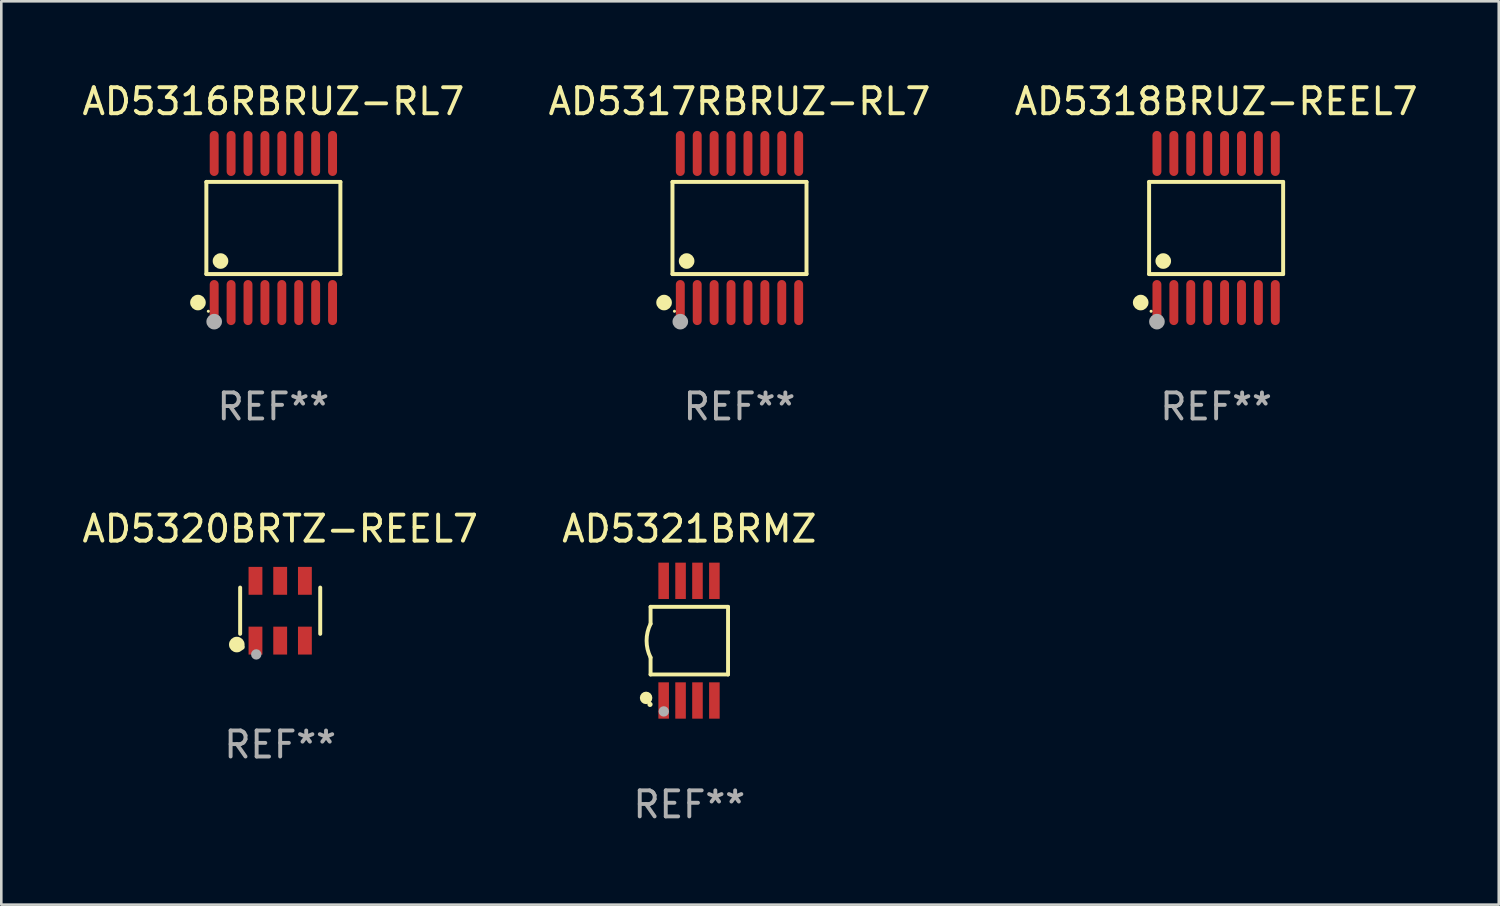
<source format=kicad_pcb>
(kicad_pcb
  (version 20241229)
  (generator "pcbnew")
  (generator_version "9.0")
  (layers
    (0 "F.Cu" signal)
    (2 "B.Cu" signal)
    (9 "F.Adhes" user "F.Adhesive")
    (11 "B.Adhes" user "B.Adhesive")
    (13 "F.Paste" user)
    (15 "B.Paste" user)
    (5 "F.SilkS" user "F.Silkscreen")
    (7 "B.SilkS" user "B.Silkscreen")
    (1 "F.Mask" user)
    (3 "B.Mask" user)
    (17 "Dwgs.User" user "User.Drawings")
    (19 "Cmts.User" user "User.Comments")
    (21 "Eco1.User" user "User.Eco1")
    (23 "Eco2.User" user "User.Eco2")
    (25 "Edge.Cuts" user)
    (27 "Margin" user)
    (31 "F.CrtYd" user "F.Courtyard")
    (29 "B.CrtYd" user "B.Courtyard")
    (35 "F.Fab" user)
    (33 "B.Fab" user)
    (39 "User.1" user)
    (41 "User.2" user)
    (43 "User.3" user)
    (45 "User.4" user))
  (footprint "AD5318BRUZ-REEL7"
    (layer "F.Cu")
    (at 43.696 5.714)
    (property "Reference" "AD5318BRUZ-REEL7" (at 0 -4.866 0) (layer "F.SilkS") (effects (font (size 1 1) (thickness 0.15))))
    (attr through_hole)
    (fp_line (start -2.576 -1.772) (end 2.576 -1.772) (stroke (width 0.152) (type solid)) (layer "F.SilkS"))
    (fp_line (start -2.576 1.771) (end -2.576 -1.772) (stroke (width 0.152) (type solid)) (layer "F.SilkS"))
    (fp_line (start 2.576 -1.772) (end 2.576 1.771) (stroke (width 0.152) (type solid)) (layer "F.SilkS"))
    (fp_line (start 2.576 1.771) (end -2.576 1.771) (stroke (width 0.152) (type solid)) (layer "F.SilkS"))
    (fp_circle (center -2.899 2.866) (end -2.749 2.866) (stroke (width 0.3) (type solid)) (fill no) (layer "F.SilkS"))
    (fp_circle (center -2.5 3.2) (end -2.47 3.2) (stroke (width 0.06) (type solid)) (fill no) (layer "F.SilkS"))
    (fp_circle (center -2.032 1.27) (end -1.882 1.27) (stroke (width 0.3) (type solid)) (fill no) (layer "F.SilkS"))
    (fp_circle (center -2.275 3.6) (end -2.125 3.6) (stroke (width 0.3) (type solid)) (fill no) (layer "F.Fab"))
    (fp_text user "REF**" (at 0 6.866 0) (layer "F.Fab") (effects (font (size 1 1) (thickness 0.15))))
    (pad "1" smd oval (at -2.275 2.866) (size 0.343 1.731) (layers "F.Cu" "F.Mask" "F.Paste"))
    (pad "2" smd oval (at -1.625 2.866) (size 0.343 1.731) (layers "F.Cu" "F.Mask" "F.Paste"))
    (pad "3" smd oval (at -0.975 2.866) (size 0.343 1.731) (layers "F.Cu" "F.Mask" "F.Paste"))
    (pad "4" smd oval (at -0.325 2.866) (size 0.343 1.731) (layers "F.Cu" "F.Mask" "F.Paste"))
    (pad "5" smd oval (at 0.325 2.866) (size 0.343 1.731) (layers "F.Cu" "F.Mask" "F.Paste"))
    (pad "6" smd oval (at 0.975 2.866) (size 0.343 1.731) (layers "F.Cu" "F.Mask" "F.Paste"))
    (pad "7" smd oval (at 1.625 2.866) (size 0.343 1.731) (layers "F.Cu" "F.Mask" "F.Paste"))
    (pad "8" smd oval (at 2.275 2.866) (size 0.343 1.731) (layers "F.Cu" "F.Mask" "F.Paste"))
    (pad "9" smd oval (at 2.275 -2.866) (size 0.343 1.731) (layers "F.Cu" "F.Mask" "F.Paste"))
    (pad "10" smd oval (at 1.625 -2.866) (size 0.343 1.731) (layers "F.Cu" "F.Mask" "F.Paste"))
    (pad "11" smd oval (at 0.975 -2.866) (size 0.343 1.731) (layers "F.Cu" "F.Mask" "F.Paste"))
    (pad "12" smd oval (at 0.325 -2.866) (size 0.343 1.731) (layers "F.Cu" "F.Mask" "F.Paste"))
    (pad "13" smd oval (at -0.325 -2.866) (size 0.343 1.731) (layers "F.Cu" "F.Mask" "F.Paste"))
    (pad "14" smd oval (at -0.975 -2.866) (size 0.343 1.731) (layers "F.Cu" "F.Mask" "F.Paste"))
    (pad "15" smd oval (at -1.625 -2.866) (size 0.343 1.731) (layers "F.Cu" "F.Mask" "F.Paste"))
    (pad "16" smd oval (at -2.275 -2.866) (size 0.343 1.731) (layers "F.Cu" "F.Mask" "F.Paste")))
  (footprint "AD5317RBRUZ-RL7"
    (layer "F.Cu")
    (at 25.375 5.714)
    (property "Reference" "AD5317RBRUZ-RL7" (at 0 -4.866 0) (layer "F.SilkS") (effects (font (size 1 1) (thickness 0.15))))
    (attr through_hole)
    (fp_line (start -2.576 -1.772) (end 2.576 -1.772) (stroke (width 0.152) (type solid)) (layer "F.SilkS"))
    (fp_line (start -2.576 1.771) (end -2.576 -1.772) (stroke (width 0.152) (type solid)) (layer "F.SilkS"))
    (fp_line (start 2.576 -1.772) (end 2.576 1.771) (stroke (width 0.152) (type solid)) (layer "F.SilkS"))
    (fp_line (start 2.576 1.771) (end -2.576 1.771) (stroke (width 0.152) (type solid)) (layer "F.SilkS"))
    (fp_circle (center -2.899 2.866) (end -2.749 2.866) (stroke (width 0.3) (type solid)) (fill no) (layer "F.SilkS"))
    (fp_circle (center -2.5 3.2) (end -2.47 3.2) (stroke (width 0.06) (type solid)) (fill no) (layer "F.SilkS"))
    (fp_circle (center -2.032 1.27) (end -1.882 1.27) (stroke (width 0.3) (type solid)) (fill no) (layer "F.SilkS"))
    (fp_circle (center -2.275 3.6) (end -2.125 3.6) (stroke (width 0.3) (type solid)) (fill no) (layer "F.Fab"))
    (fp_text user "REF**" (at 0 6.866 0) (layer "F.Fab") (effects (font (size 1 1) (thickness 0.15))))
    (pad "1" smd oval (at -2.275 2.866) (size 0.343 1.731) (layers "F.Cu" "F.Mask" "F.Paste"))
    (pad "2" smd oval (at -1.625 2.866) (size 0.343 1.731) (layers "F.Cu" "F.Mask" "F.Paste"))
    (pad "3" smd oval (at -0.975 2.866) (size 0.343 1.731) (layers "F.Cu" "F.Mask" "F.Paste"))
    (pad "4" smd oval (at -0.325 2.866) (size 0.343 1.731) (layers "F.Cu" "F.Mask" "F.Paste"))
    (pad "5" smd oval (at 0.325 2.866) (size 0.343 1.731) (layers "F.Cu" "F.Mask" "F.Paste"))
    (pad "6" smd oval (at 0.975 2.866) (size 0.343 1.731) (layers "F.Cu" "F.Mask" "F.Paste"))
    (pad "7" smd oval (at 1.625 2.866) (size 0.343 1.731) (layers "F.Cu" "F.Mask" "F.Paste"))
    (pad "8" smd oval (at 2.275 2.866) (size 0.343 1.731) (layers "F.Cu" "F.Mask" "F.Paste"))
    (pad "9" smd oval (at 2.275 -2.866) (size 0.343 1.731) (layers "F.Cu" "F.Mask" "F.Paste"))
    (pad "10" smd oval (at 1.625 -2.866) (size 0.343 1.731) (layers "F.Cu" "F.Mask" "F.Paste"))
    (pad "11" smd oval (at 0.975 -2.866) (size 0.343 1.731) (layers "F.Cu" "F.Mask" "F.Paste"))
    (pad "12" smd oval (at 0.325 -2.866) (size 0.343 1.731) (layers "F.Cu" "F.Mask" "F.Paste"))
    (pad "13" smd oval (at -0.325 -2.866) (size 0.343 1.731) (layers "F.Cu" "F.Mask" "F.Paste"))
    (pad "14" smd oval (at -0.975 -2.866) (size 0.343 1.731) (layers "F.Cu" "F.Mask" "F.Paste"))
    (pad "15" smd oval (at -1.625 -2.866) (size 0.343 1.731) (layers "F.Cu" "F.Mask" "F.Paste"))
    (pad "16" smd oval (at -2.275 -2.866) (size 0.343 1.731) (layers "F.Cu" "F.Mask" "F.Paste")))
  (footprint "AD5320BRTZ-REEL7"
    (layer "F.Cu")
    (at 7.72 20.425)
    (property "Reference" "AD5320BRTZ-REEL7" (at 0 -3.149 0) (layer "F.SilkS") (effects (font (size 1 1) (thickness 0.15))))
    (attr through_hole)
    (fp_line (start -1.539 0.889) (end -1.539 -0.889) (stroke (width 0.152) (type solid)) (layer "F.SilkS"))
    (fp_line (start 1.539 0.889) (end 1.539 -0.889) (stroke (width 0.152) (type solid)) (layer "F.SilkS"))
    (fp_circle (center -1.668 1.301) (end -1.518 1.301) (stroke (width 0.3) (type solid)) (fill no) (layer "F.SilkS"))
    (fp_circle (center -1.463 1.4) (end -1.413 1.4) (stroke (width 0.1) (type solid)) (fill no) (layer "F.SilkS"))
    (fp_circle (center -0.92 1.68) (end -0.82 1.68) (stroke (width 0.2) (type solid)) (fill no) (layer "F.Fab"))
    (fp_text user "REF**" (at 0 5.149 0) (layer "F.Fab") (effects (font (size 1 1) (thickness 0.15))))
    (pad "1" smd rect (at -0.95 1.149) (size 0.532 1.072) (layers "F.Cu" "F.Mask" "F.Paste"))
    (pad "2" smd rect (at 0 1.149) (size 0.532 1.072) (layers "F.Cu" "F.Mask" "F.Paste"))
    (pad "3" smd rect (at 0.95 1.149) (size 0.532 1.072) (layers "F.Cu" "F.Mask" "F.Paste"))
    (pad "4" smd rect (at 0.95 -1.149) (size 0.532 1.072) (layers "F.Cu" "F.Mask" "F.Paste"))
    (pad "5" smd rect (at 0 -1.149) (size 0.532 1.072) (layers "F.Cu" "F.Mask" "F.Paste"))
    (pad "6" smd rect (at -0.95 -1.149) (size 0.532 1.072) (layers "F.Cu" "F.Mask" "F.Paste")))
  (footprint "AD5316RBRUZ-RL7"
    (layer "F.Cu")
    (at 7.458 5.714)
    (property "Reference" "AD5316RBRUZ-RL7" (at 0 -4.866 0) (layer "F.SilkS") (effects (font (size 1 1) (thickness 0.15))))
    (attr through_hole)
    (fp_line (start -2.576 -1.772) (end 2.576 -1.772) (stroke (width 0.152) (type solid)) (layer "F.SilkS"))
    (fp_line (start -2.576 1.771) (end -2.576 -1.772) (stroke (width 0.152) (type solid)) (layer "F.SilkS"))
    (fp_line (start 2.576 -1.772) (end 2.576 1.771) (stroke (width 0.152) (type solid)) (layer "F.SilkS"))
    (fp_line (start 2.576 1.771) (end -2.576 1.771) (stroke (width 0.152) (type solid)) (layer "F.SilkS"))
    (fp_circle (center -2.899 2.866) (end -2.749 2.866) (stroke (width 0.3) (type solid)) (fill no) (layer "F.SilkS"))
    (fp_circle (center -2.5 3.2) (end -2.47 3.2) (stroke (width 0.06) (type solid)) (fill no) (layer "F.SilkS"))
    (fp_circle (center -2.032 1.27) (end -1.882 1.27) (stroke (width 0.3) (type solid)) (fill no) (layer "F.SilkS"))
    (fp_circle (center -2.275 3.6) (end -2.125 3.6) (stroke (width 0.3) (type solid)) (fill no) (layer "F.Fab"))
    (fp_text user "REF**" (at 0 6.866 0) (layer "F.Fab") (effects (font (size 1 1) (thickness 0.15))))
    (pad "1" smd oval (at -2.275 2.866) (size 0.343 1.731) (layers "F.Cu" "F.Mask" "F.Paste"))
    (pad "2" smd oval (at -1.625 2.866) (size 0.343 1.731) (layers "F.Cu" "F.Mask" "F.Paste"))
    (pad "3" smd oval (at -0.975 2.866) (size 0.343 1.731) (layers "F.Cu" "F.Mask" "F.Paste"))
    (pad "4" smd oval (at -0.325 2.866) (size 0.343 1.731) (layers "F.Cu" "F.Mask" "F.Paste"))
    (pad "5" smd oval (at 0.325 2.866) (size 0.343 1.731) (layers "F.Cu" "F.Mask" "F.Paste"))
    (pad "6" smd oval (at 0.975 2.866) (size 0.343 1.731) (layers "F.Cu" "F.Mask" "F.Paste"))
    (pad "7" smd oval (at 1.625 2.866) (size 0.343 1.731) (layers "F.Cu" "F.Mask" "F.Paste"))
    (pad "8" smd oval (at 2.275 2.866) (size 0.343 1.731) (layers "F.Cu" "F.Mask" "F.Paste"))
    (pad "9" smd oval (at 2.275 -2.866) (size 0.343 1.731) (layers "F.Cu" "F.Mask" "F.Paste"))
    (pad "10" smd oval (at 1.625 -2.866) (size 0.343 1.731) (layers "F.Cu" "F.Mask" "F.Paste"))
    (pad "11" smd oval (at 0.975 -2.866) (size 0.343 1.731) (layers "F.Cu" "F.Mask" "F.Paste"))
    (pad "12" smd oval (at 0.325 -2.866) (size 0.343 1.731) (layers "F.Cu" "F.Mask" "F.Paste"))
    (pad "13" smd oval (at -0.325 -2.866) (size 0.343 1.731) (layers "F.Cu" "F.Mask" "F.Paste"))
    (pad "14" smd oval (at -0.975 -2.866) (size 0.343 1.731) (layers "F.Cu" "F.Mask" "F.Paste"))
    (pad "15" smd oval (at -1.625 -2.866) (size 0.343 1.731) (layers "F.Cu" "F.Mask" "F.Paste"))
    (pad "16" smd oval (at -2.275 -2.866) (size 0.343 1.731) (layers "F.Cu" "F.Mask" "F.Paste")))
  (footprint "AD5321BRMZ"
    (layer "F.Cu")
    (at 23.446 21.576)
    (property "Reference" "AD5321BRMZ" (at 0 -4.3 0) (layer "F.SilkS") (effects (font (size 1 1) (thickness 0.15))))
    (attr through_hole)
    (fp_line (start -1.489 -1.3) (end -1.489 -0.648) (stroke (width 0.15) (type solid)) (layer "F.SilkS"))
    (fp_line (start -1.489 0.648) (end -1.489 1.3) (stroke (width 0.15) (type solid)) (layer "F.SilkS"))
    (fp_line (start -1.489 1.3) (end 1.489 1.3) (stroke (width 0.15) (type solid)) (layer "F.SilkS"))
    (fp_line (start 1.489 -1.3) (end -1.489 -1.3) (stroke (width 0.15) (type solid)) (layer "F.SilkS"))
    (fp_line (start 1.489 1.3) (end 1.489 -1.3) (stroke (width 0.15) (type solid)) (layer "F.SilkS"))
    (fp_arc (start -1.489205 0.647702) (mid -1.642107 0) (end -1.489205 -0.647701) (stroke (width 0.150013) (type solid)) (layer "F.SilkS"))
    (fp_circle (center -1.661 2.2) (end -1.541 2.2) (stroke (width 0.24) (type solid)) (fill no) (layer "F.SilkS"))
    (fp_circle (center -1.511 2.45) (end -1.461 2.45) (stroke (width 0.1) (type solid)) (fill no) (layer "F.SilkS"))
    (fp_circle (center -0.981 2.72) (end -0.881 2.72) (stroke (width 0.2) (type solid)) (fill no) (layer "F.Fab"))
    (fp_text user "REF**" (at 0 6.3 0) (layer "F.Fab") (effects (font (size 1 1) (thickness 0.15))))
    (pad "1" smd rect (at -0.986 2.3) (size 0.406 1.397) (layers "F.Cu" "F.Mask" "F.Paste"))
    (pad "2" smd rect (at -0.336 2.3) (size 0.406 1.397) (layers "F.Cu" "F.Mask" "F.Paste"))
    (pad "3" smd rect (at 0.314 2.3) (size 0.406 1.397) (layers "F.Cu" "F.Mask" "F.Paste"))
    (pad "4" smd rect (at 0.964 2.3) (size 0.406 1.397) (layers "F.Cu" "F.Mask" "F.Paste"))
    (pad "5" smd rect (at 0.964 -2.3) (size 0.406 1.397) (layers "F.Cu" "F.Mask" "F.Paste"))
    (pad "6" smd rect (at 0.314 -2.3) (size 0.406 1.397) (layers "F.Cu" "F.Mask" "F.Paste"))
    (pad "7" smd rect (at -0.336 -2.3) (size 0.406 1.397) (layers "F.Cu" "F.Mask" "F.Paste"))
    (pad "8" smd rect (at -0.986 -2.3) (size 0.406 1.397) (layers "F.Cu" "F.Mask" "F.Paste")))
  (gr_rect
    (start -3 -3)
    (end 54.56 31.724)
    (stroke (width 0.1) (type default))
    (fill no)
    (layer "Edge.Cuts")))
</source>
